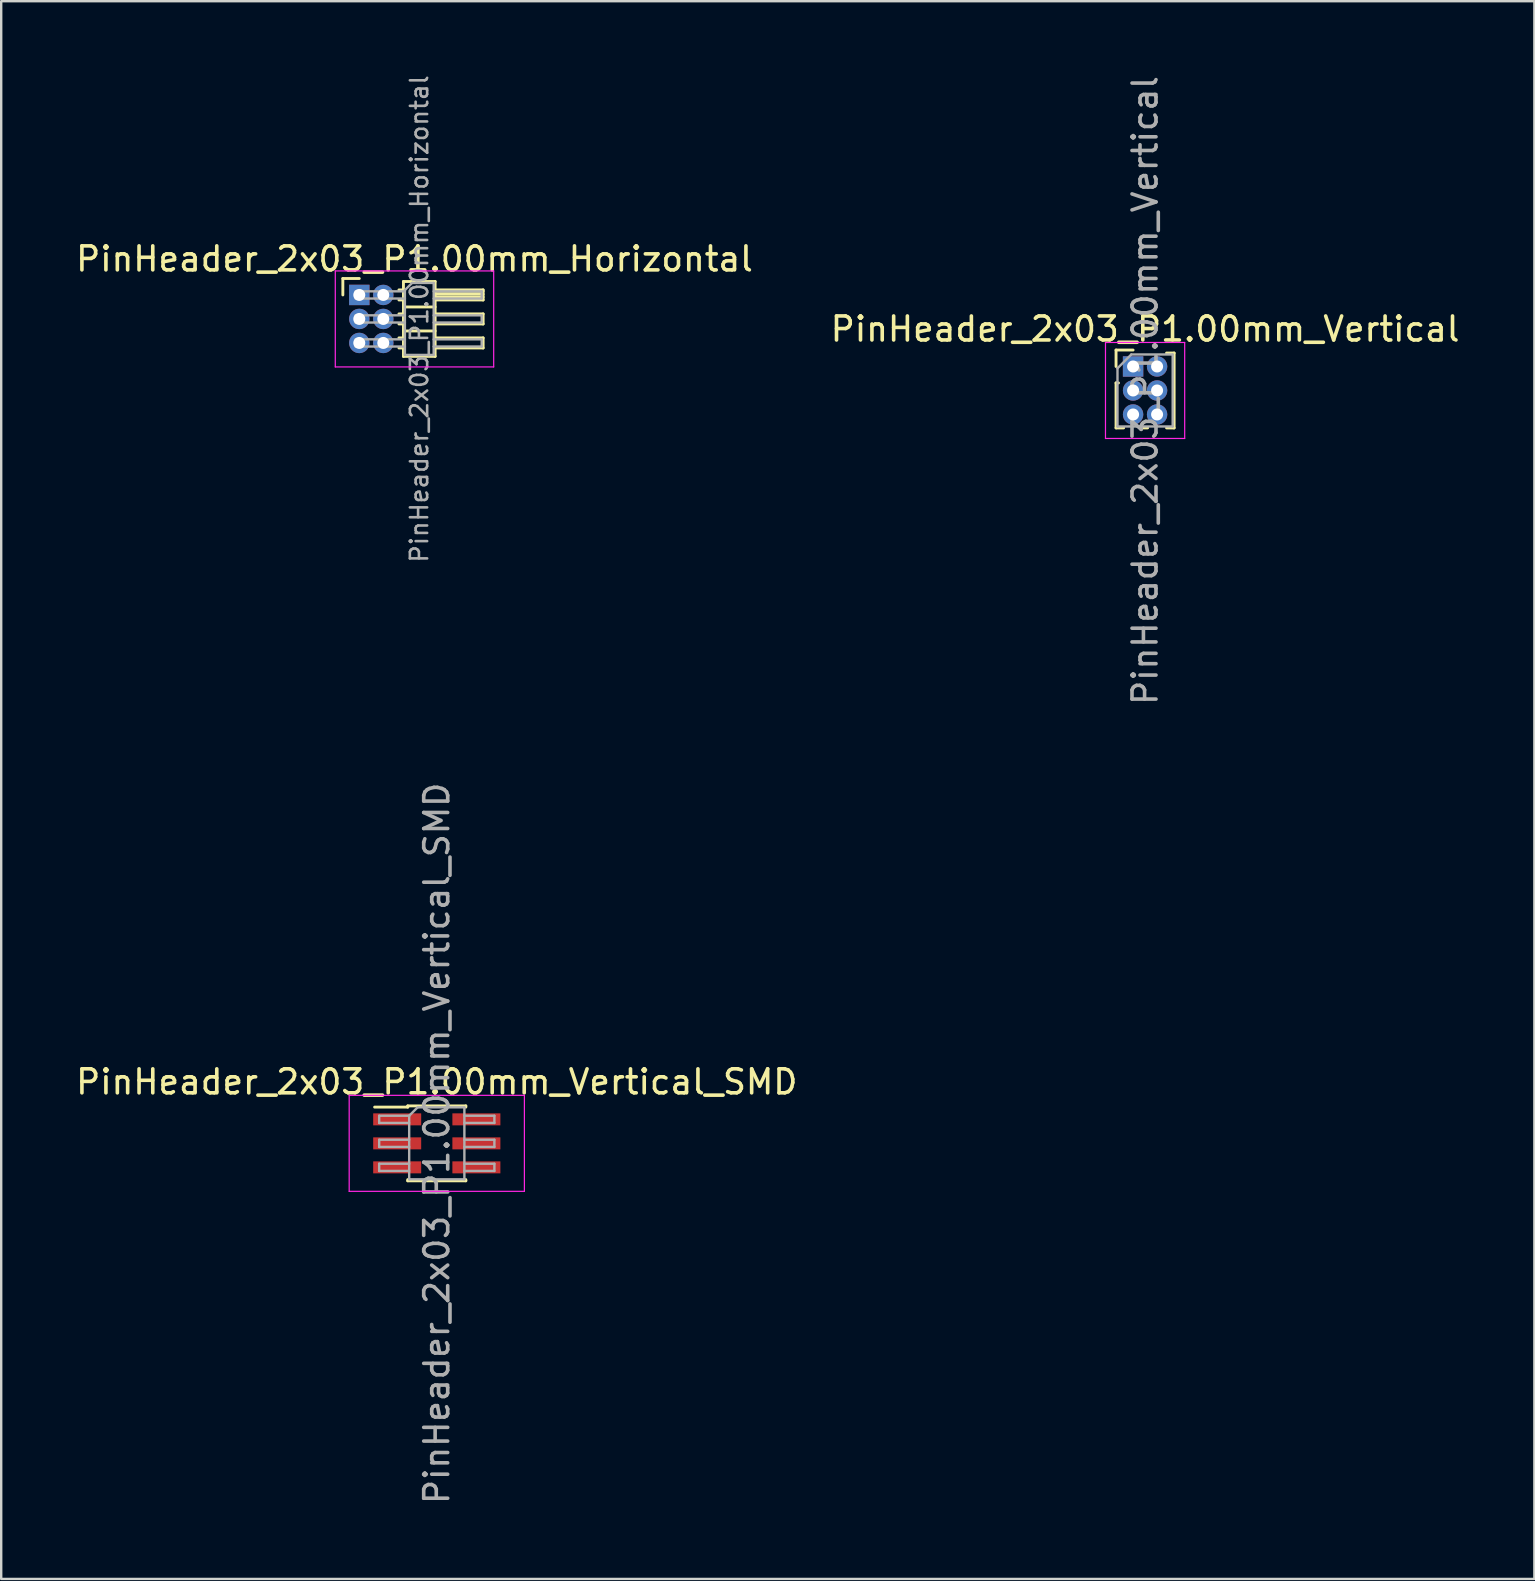
<source format=kicad_pcb>
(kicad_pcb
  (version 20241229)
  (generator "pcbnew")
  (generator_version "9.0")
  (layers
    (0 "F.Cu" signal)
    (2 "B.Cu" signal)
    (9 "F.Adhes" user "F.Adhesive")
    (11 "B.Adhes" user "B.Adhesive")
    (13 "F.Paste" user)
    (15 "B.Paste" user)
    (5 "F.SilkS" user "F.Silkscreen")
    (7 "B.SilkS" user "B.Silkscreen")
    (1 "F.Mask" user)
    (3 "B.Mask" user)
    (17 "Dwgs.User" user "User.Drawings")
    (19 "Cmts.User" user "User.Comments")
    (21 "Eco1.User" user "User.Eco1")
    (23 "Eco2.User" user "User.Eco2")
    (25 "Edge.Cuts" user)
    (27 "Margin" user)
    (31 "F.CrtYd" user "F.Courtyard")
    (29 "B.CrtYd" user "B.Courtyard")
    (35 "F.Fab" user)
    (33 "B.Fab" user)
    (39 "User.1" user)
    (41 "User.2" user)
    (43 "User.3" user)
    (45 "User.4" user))
  (footprint "PinHeader_2x03_P1.00mm_Horizontal"
    (layer "F.Cu")
    (at 11.92 9.239)
    (property "Reference" "PinHeader_2x03_P1.00mm_Horizontal" (at 2.3 -1.5 0) (layer "F.SilkS") (effects (font (size 1 1) (thickness 0.15))))
    (attr through_hole)
    (fp_line (start -0.685 -0.685) (end 0 -0.685) (stroke (width 0.12) (type solid)) (layer "F.SilkS"))
    (fp_line (start -0.685 0) (end -0.685 -0.685) (stroke (width 0.12) (type solid)) (layer "F.SilkS"))
    (fp_line (start 1.652 -0.21) (end 1.84 -0.21) (stroke (width 0.12) (type solid)) (layer "F.SilkS"))
    (fp_line (start 1.652 0.21) (end 1.84 0.21) (stroke (width 0.12) (type solid)) (layer "F.SilkS"))
    (fp_line (start 1.652 0.79) (end 1.84 0.79) (stroke (width 0.12) (type solid)) (layer "F.SilkS"))
    (fp_line (start 1.652 1.21) (end 1.84 1.21) (stroke (width 0.12) (type solid)) (layer "F.SilkS"))
    (fp_line (start 1.652 1.79) (end 1.84 1.79) (stroke (width 0.12) (type solid)) (layer "F.SilkS"))
    (fp_line (start 1.652 2.21) (end 1.84 2.21) (stroke (width 0.12) (type solid)) (layer "F.SilkS"))
    (fp_line (start 1.84 -0.56) (end 1.84 2.56) (stroke (width 0.12) (type solid)) (layer "F.SilkS"))
    (fp_line (start 1.84 0.5) (end 3.16 0.5) (stroke (width 0.12) (type solid)) (layer "F.SilkS"))
    (fp_line (start 1.84 1.5) (end 3.16 1.5) (stroke (width 0.12) (type solid)) (layer "F.SilkS"))
    (fp_line (start 1.84 2.56) (end 3.16 2.56) (stroke (width 0.12) (type solid)) (layer "F.SilkS"))
    (fp_line (start 3.16 -0.56) (end 1.84 -0.56) (stroke (width 0.12) (type solid)) (layer "F.SilkS"))
    (fp_line (start 3.16 -0.21) (end 5.16 -0.21) (stroke (width 0.12) (type solid)) (layer "F.SilkS"))
    (fp_line (start 3.16 -0.15) (end 5.16 -0.15) (stroke (width 0.12) (type solid)) (layer "F.SilkS"))
    (fp_line (start 3.16 -0.03) (end 5.16 -0.03) (stroke (width 0.12) (type solid)) (layer "F.SilkS"))
    (fp_line (start 3.16 0.09) (end 5.16 0.09) (stroke (width 0.12) (type solid)) (layer "F.SilkS"))
    (fp_line (start 3.16 0.79) (end 5.16 0.79) (stroke (width 0.12) (type solid)) (layer "F.SilkS"))
    (fp_line (start 3.16 1.79) (end 5.16 1.79) (stroke (width 0.12) (type solid)) (layer "F.SilkS"))
    (fp_line (start 3.16 2.56) (end 3.16 -0.56) (stroke (width 0.12) (type solid)) (layer "F.SilkS"))
    (fp_line (start 5.16 -0.21) (end 5.16 0.21) (stroke (width 0.12) (type solid)) (layer "F.SilkS"))
    (fp_line (start 5.16 0.21) (end 3.16 0.21) (stroke (width 0.12) (type solid)) (layer "F.SilkS"))
    (fp_line (start 5.16 0.79) (end 5.16 1.21) (stroke (width 0.12) (type solid)) (layer "F.SilkS"))
    (fp_line (start 5.16 1.21) (end 3.16 1.21) (stroke (width 0.12) (type solid)) (layer "F.SilkS"))
    (fp_line (start 5.16 1.79) (end 5.16 2.21) (stroke (width 0.12) (type solid)) (layer "F.SilkS"))
    (fp_line (start 5.16 2.21) (end 3.16 2.21) (stroke (width 0.12) (type solid)) (layer "F.SilkS"))
    (fp_line (start -1 -1) (end -1 3) (stroke (width 0.05) (type solid)) (layer "F.CrtYd"))
    (fp_line (start -1 3) (end 5.6 3) (stroke (width 0.05) (type solid)) (layer "F.CrtYd"))
    (fp_line (start 5.6 -1) (end -1 -1) (stroke (width 0.05) (type solid)) (layer "F.CrtYd"))
    (fp_line (start 5.6 3) (end 5.6 -1) (stroke (width 0.05) (type solid)) (layer "F.CrtYd"))
    (fp_line (start -0.15 -0.15) (end -0.15 0.15) (stroke (width 0.1) (type solid)) (layer "F.Fab"))
    (fp_line (start -0.15 -0.15) (end 1.9 -0.15) (stroke (width 0.1) (type solid)) (layer "F.Fab"))
    (fp_line (start -0.15 0.15) (end 1.9 0.15) (stroke (width 0.1) (type solid)) (layer "F.Fab"))
    (fp_line (start -0.15 0.85) (end -0.15 1.15) (stroke (width 0.1) (type solid)) (layer "F.Fab"))
    (fp_line (start -0.15 0.85) (end 1.9 0.85) (stroke (width 0.1) (type solid)) (layer "F.Fab"))
    (fp_line (start -0.15 1.15) (end 1.9 1.15) (stroke (width 0.1) (type solid)) (layer "F.Fab"))
    (fp_line (start -0.15 1.85) (end -0.15 2.15) (stroke (width 0.1) (type solid)) (layer "F.Fab"))
    (fp_line (start -0.15 1.85) (end 1.9 1.85) (stroke (width 0.1) (type solid)) (layer "F.Fab"))
    (fp_line (start -0.15 2.15) (end 1.9 2.15) (stroke (width 0.1) (type solid)) (layer "F.Fab"))
    (fp_line (start 1.9 -0.2) (end 2.2 -0.5) (stroke (width 0.1) (type solid)) (layer "F.Fab"))
    (fp_line (start 1.9 2.5) (end 1.9 -0.2) (stroke (width 0.1) (type solid)) (layer "F.Fab"))
    (fp_line (start 2.2 -0.5) (end 3.1 -0.5) (stroke (width 0.1) (type solid)) (layer "F.Fab"))
    (fp_line (start 3.1 -0.5) (end 3.1 2.5) (stroke (width 0.1) (type solid)) (layer "F.Fab"))
    (fp_line (start 3.1 -0.15) (end 5.1 -0.15) (stroke (width 0.1) (type solid)) (layer "F.Fab"))
    (fp_line (start 3.1 0.15) (end 5.1 0.15) (stroke (width 0.1) (type solid)) (layer "F.Fab"))
    (fp_line (start 3.1 0.85) (end 5.1 0.85) (stroke (width 0.1) (type solid)) (layer "F.Fab"))
    (fp_line (start 3.1 1.15) (end 5.1 1.15) (stroke (width 0.1) (type solid)) (layer "F.Fab"))
    (fp_line (start 3.1 1.85) (end 5.1 1.85) (stroke (width 0.1) (type solid)) (layer "F.Fab"))
    (fp_line (start 3.1 2.15) (end 5.1 2.15) (stroke (width 0.1) (type solid)) (layer "F.Fab"))
    (fp_line (start 3.1 2.5) (end 1.9 2.5) (stroke (width 0.1) (type solid)) (layer "F.Fab"))
    (fp_line (start 5.1 -0.15) (end 5.1 0.15) (stroke (width 0.1) (type solid)) (layer "F.Fab"))
    (fp_line (start 5.1 0.85) (end 5.1 1.15) (stroke (width 0.1) (type solid)) (layer "F.Fab"))
    (fp_line (start 5.1 1.85) (end 5.1 2.15) (stroke (width 0.1) (type solid)) (layer "F.Fab"))
    (fp_text user "${REFERENCE}" (at 2.5 1 90) (layer "F.Fab") (effects (font (size 0.72 0.72) (thickness 0.108))))
    (pad "1" thru_hole rect (at 0 0) (size 0.85 0.85) (drill 0.5) (layers "*.Cu" "*.Mask"))
    (pad "2" thru_hole oval (at 1 0) (size 0.85 0.85) (drill 0.5) (layers "*.Cu" "*.Mask"))
    (pad "3" thru_hole oval (at 0 1) (size 0.85 0.85) (drill 0.5) (layers "*.Cu" "*.Mask"))
    (pad "4" thru_hole oval (at 1 1) (size 0.85 0.85) (drill 0.5) (layers "*.Cu" "*.Mask"))
    (pad "5" thru_hole oval (at 0 2) (size 0.85 0.85) (drill 0.5) (layers "*.Cu" "*.Mask"))
    (pad "6" thru_hole oval (at 1 2) (size 0.85 0.85) (drill 0.5) (layers "*.Cu" "*.Mask")))
  (footprint "PinHeader_2x03_P1.00mm_Vertical_SMD"
    (layer "F.Cu")
    (at 15.149 44.589)
    (property "Reference" "PinHeader_2x03_P1.00mm_Vertical_SMD" (at 0 -2.56 0) (layer "F.SilkS") (effects (font (size 1 1) (thickness 0.15))))
    (attr smd)
    (fp_line (start -2.59 -1.51) (end -1.21 -1.51) (stroke (width 0.12) (type solid)) (layer "F.SilkS"))
    (fp_line (start -1.21 -1.56) (end -1.21 -1.51) (stroke (width 0.12) (type solid)) (layer "F.SilkS"))
    (fp_line (start -1.21 -1.56) (end 1.21 -1.56) (stroke (width 0.12) (type solid)) (layer "F.SilkS"))
    (fp_line (start -1.21 1.51) (end -1.21 1.56) (stroke (width 0.12) (type solid)) (layer "F.SilkS"))
    (fp_line (start -1.21 1.56) (end 1.21 1.56) (stroke (width 0.12) (type solid)) (layer "F.SilkS"))
    (fp_line (start 1.21 -1.56) (end 1.21 -1.51) (stroke (width 0.12) (type solid)) (layer "F.SilkS"))
    (fp_line (start 1.21 1.51) (end 1.21 1.56) (stroke (width 0.12) (type solid)) (layer "F.SilkS"))
    (fp_line (start -3.65 -2) (end -3.65 2) (stroke (width 0.05) (type solid)) (layer "F.CrtYd"))
    (fp_line (start -3.65 2) (end 3.65 2) (stroke (width 0.05) (type solid)) (layer "F.CrtYd"))
    (fp_line (start 3.65 -2) (end -3.65 -2) (stroke (width 0.05) (type solid)) (layer "F.CrtYd"))
    (fp_line (start 3.65 2) (end 3.65 -2) (stroke (width 0.05) (type solid)) (layer "F.CrtYd"))
    (fp_line (start -2.4 -1.15) (end -2.4 -0.85) (stroke (width 0.1) (type solid)) (layer "F.Fab"))
    (fp_line (start -2.4 -0.85) (end -1.15 -0.85) (stroke (width 0.1) (type solid)) (layer "F.Fab"))
    (fp_line (start -2.4 -0.15) (end -2.4 0.15) (stroke (width 0.1) (type solid)) (layer "F.Fab"))
    (fp_line (start -2.4 0.15) (end -1.15 0.15) (stroke (width 0.1) (type solid)) (layer "F.Fab"))
    (fp_line (start -2.4 0.85) (end -2.4 1.15) (stroke (width 0.1) (type solid)) (layer "F.Fab"))
    (fp_line (start -2.4 1.15) (end -1.15 1.15) (stroke (width 0.1) (type solid)) (layer "F.Fab"))
    (fp_line (start -1.15 -1.15) (end -2.4 -1.15) (stroke (width 0.1) (type solid)) (layer "F.Fab"))
    (fp_line (start -1.15 -1.15) (end -0.8 -1.5) (stroke (width 0.1) (type solid)) (layer "F.Fab"))
    (fp_line (start -1.15 -0.15) (end -2.4 -0.15) (stroke (width 0.1) (type solid)) (layer "F.Fab"))
    (fp_line (start -1.15 0.85) (end -2.4 0.85) (stroke (width 0.1) (type solid)) (layer "F.Fab"))
    (fp_line (start -1.15 1.5) (end -1.15 -1.15) (stroke (width 0.1) (type solid)) (layer "F.Fab"))
    (fp_line (start -0.8 -1.5) (end 1.15 -1.5) (stroke (width 0.1) (type solid)) (layer "F.Fab"))
    (fp_line (start 1.15 -1.5) (end 1.15 1.5) (stroke (width 0.1) (type solid)) (layer "F.Fab"))
    (fp_line (start 1.15 -1.15) (end 2.4 -1.15) (stroke (width 0.1) (type solid)) (layer "F.Fab"))
    (fp_line (start 1.15 -0.15) (end 2.4 -0.15) (stroke (width 0.1) (type solid)) (layer "F.Fab"))
    (fp_line (start 1.15 0.85) (end 2.4 0.85) (stroke (width 0.1) (type solid)) (layer "F.Fab"))
    (fp_line (start 1.15 1.5) (end -1.15 1.5) (stroke (width 0.1) (type solid)) (layer "F.Fab"))
    (fp_line (start 2.4 -1.15) (end 2.4 -0.85) (stroke (width 0.1) (type solid)) (layer "F.Fab"))
    (fp_line (start 2.4 -0.85) (end 1.15 -0.85) (stroke (width 0.1) (type solid)) (layer "F.Fab"))
    (fp_line (start 2.4 -0.15) (end 2.4 0.15) (stroke (width 0.1) (type solid)) (layer "F.Fab"))
    (fp_line (start 2.4 0.15) (end 1.15 0.15) (stroke (width 0.1) (type solid)) (layer "F.Fab"))
    (fp_line (start 2.4 0.85) (end 2.4 1.15) (stroke (width 0.1) (type solid)) (layer "F.Fab"))
    (fp_line (start 2.4 1.15) (end 1.15 1.15) (stroke (width 0.1) (type solid)) (layer "F.Fab"))
    (fp_text user "${REFERENCE}" (at 0 0 90) (layer "F.Fab") (effects (font (size 1 1) (thickness 0.15))))
    (pad "1" smd rect (at -1.65 -1) (size 2 0.5) (layers "F.Cu" "F.Mask" "F.Paste"))
    (pad "2" smd rect (at 1.65 -1) (size 2 0.5) (layers "F.Cu" "F.Mask" "F.Paste"))
    (pad "3" smd rect (at -1.65 0) (size 2 0.5) (layers "F.Cu" "F.Mask" "F.Paste"))
    (pad "4" smd rect (at 1.65 0) (size 2 0.5) (layers "F.Cu" "F.Mask" "F.Paste"))
    (pad "5" smd rect (at -1.65 1) (size 2 0.5) (layers "F.Cu" "F.Mask" "F.Paste"))
    (pad "6" smd rect (at 1.65 1) (size 2 0.5) (layers "F.Cu" "F.Mask" "F.Paste")))
  (footprint "PinHeader_2x03_P1.00mm_Vertical"
    (layer "F.Cu")
    (at 44.161 12.22)
    (property "Reference" "PinHeader_2x03_P1.00mm_Vertical" (at 0.5 -1.56 0) (layer "F.SilkS") (effects (font (size 1 1) (thickness 0.15))))
    (attr through_hole)
    (fp_line (start -0.71 -0.685) (end 0 -0.685) (stroke (width 0.12) (type solid)) (layer "F.SilkS"))
    (fp_line (start -0.71 0) (end -0.71 -0.685) (stroke (width 0.12) (type solid)) (layer "F.SilkS"))
    (fp_line (start -0.71 0.685) (end -0.71 2.56) (stroke (width 0.12) (type solid)) (layer "F.SilkS"))
    (fp_line (start -0.71 0.685) (end -0.608 0.685) (stroke (width 0.12) (type solid)) (layer "F.SilkS"))
    (fp_line (start -0.71 2.56) (end -0.394 2.56) (stroke (width 0.12) (type solid)) (layer "F.SilkS"))
    (fp_line (start 0.394 2.56) (end 0.606 2.56) (stroke (width 0.12) (type solid)) (layer "F.SilkS"))
    (fp_line (start 1.394 -0.56) (end 1.71 -0.56) (stroke (width 0.12) (type solid)) (layer "F.SilkS"))
    (fp_line (start 1.394 2.56) (end 1.71 2.56) (stroke (width 0.12) (type solid)) (layer "F.SilkS"))
    (fp_line (start 1.71 -0.56) (end 1.71 2.56) (stroke (width 0.12) (type solid)) (layer "F.SilkS"))
    (fp_line (start -1.15 -1) (end -1.15 3) (stroke (width 0.05) (type solid)) (layer "F.CrtYd"))
    (fp_line (start -1.15 3) (end 2.15 3) (stroke (width 0.05) (type solid)) (layer "F.CrtYd"))
    (fp_line (start 2.15 -1) (end -1.15 -1) (stroke (width 0.05) (type solid)) (layer "F.CrtYd"))
    (fp_line (start 2.15 3) (end 2.15 -1) (stroke (width 0.05) (type solid)) (layer "F.CrtYd"))
    (fp_line (start -0.65 0.075) (end -0.075 -0.5) (stroke (width 0.1) (type solid)) (layer "F.Fab"))
    (fp_line (start -0.65 2.5) (end -0.65 0.075) (stroke (width 0.1) (type solid)) (layer "F.Fab"))
    (fp_line (start -0.075 -0.5) (end 1.65 -0.5) (stroke (width 0.1) (type solid)) (layer "F.Fab"))
    (fp_line (start 1.65 -0.5) (end 1.65 2.5) (stroke (width 0.1) (type solid)) (layer "F.Fab"))
    (fp_line (start 1.65 2.5) (end -0.65 2.5) (stroke (width 0.1) (type solid)) (layer "F.Fab"))
    (fp_text user "${REFERENCE}" (at 0.5 1 90) (layer "F.Fab") (effects (font (size 1 1) (thickness 0.15))))
    (pad "1" thru_hole rect (at 0 0) (size 0.85 0.85) (drill 0.5) (layers "*.Cu" "*.Mask"))
    (pad "2" thru_hole oval (at 1 0) (size 0.85 0.85) (drill 0.5) (layers "*.Cu" "*.Mask"))
    (pad "3" thru_hole oval (at 0 1) (size 0.85 0.85) (drill 0.5) (layers "*.Cu" "*.Mask"))
    (pad "4" thru_hole oval (at 1 1) (size 0.85 0.85) (drill 0.5) (layers "*.Cu" "*.Mask"))
    (pad "5" thru_hole oval (at 0 2) (size 0.85 0.85) (drill 0.5) (layers "*.Cu" "*.Mask"))
    (pad "6" thru_hole oval (at 1 2) (size 0.85 0.85) (drill 0.5) (layers "*.Cu" "*.Mask")))
  (gr_rect
    (start -3 -3)
    (end 60.881 62.738)
    (stroke (width 0.1) (type default))
    (fill no)
    (layer "Edge.Cuts")))
</source>
